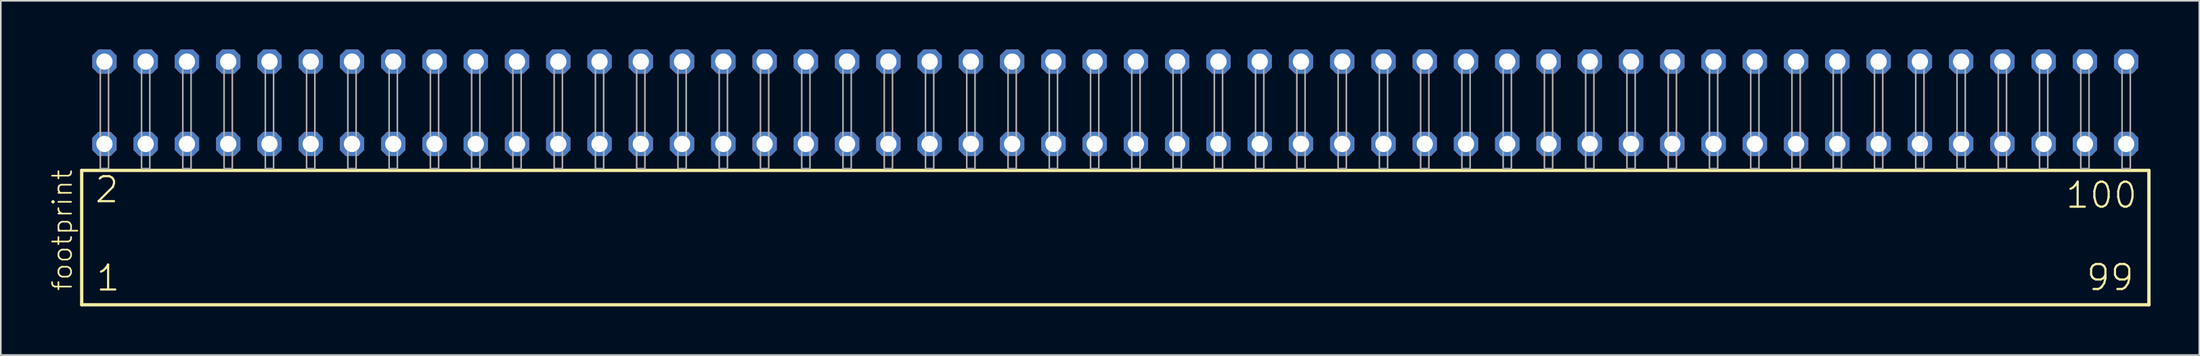
<source format=kicad_pcb>
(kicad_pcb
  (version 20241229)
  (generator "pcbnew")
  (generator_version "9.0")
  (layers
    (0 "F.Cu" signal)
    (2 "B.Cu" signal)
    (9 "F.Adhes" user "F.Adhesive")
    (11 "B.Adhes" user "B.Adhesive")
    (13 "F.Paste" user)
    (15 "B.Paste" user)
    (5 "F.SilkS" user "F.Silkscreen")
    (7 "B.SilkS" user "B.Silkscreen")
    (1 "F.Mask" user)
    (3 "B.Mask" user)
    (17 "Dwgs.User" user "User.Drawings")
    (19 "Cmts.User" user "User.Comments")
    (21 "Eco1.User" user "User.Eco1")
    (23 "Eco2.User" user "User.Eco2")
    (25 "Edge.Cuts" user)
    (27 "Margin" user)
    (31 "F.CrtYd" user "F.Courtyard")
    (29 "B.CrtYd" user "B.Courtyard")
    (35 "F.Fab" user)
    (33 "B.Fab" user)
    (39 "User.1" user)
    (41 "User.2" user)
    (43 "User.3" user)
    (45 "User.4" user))
  (footprint "footprint"
    (layer "F.Cu")
    (at 65.608 7.354)
    (property "Reference" "footprint" (at -64.135 7.62 90) (layer "F.SilkS") (effects (font (size 1.168 1.168) (thickness 0.102)) (justify left bottom)))
    (fp_line (start -63.629 0.106) (end -63.629 8.396) (stroke (width 0.203) (type solid)) (layer "F.SilkS"))
    (fp_line (start -63.629 8.396) (end 63.629 8.396) (stroke (width 0.203) (type solid)) (layer "F.SilkS"))
    (fp_line (start 63.629 0.106) (end -63.629 0.106) (stroke (width 0.203) (type solid)) (layer "F.SilkS"))
    (fp_line (start 63.629 8.396) (end 63.629 0.106) (stroke (width 0.203) (type solid)) (layer "F.SilkS"))
    (fp_poly (pts (xy -62.484 0) (xy -61.976 0) (xy -61.976 -6.858) (xy -62.484 -6.858)) (stroke (width 0.1) (type solid)) (fill no) (layer "F.Fab"))
    (fp_poly (pts (xy -59.944 0) (xy -59.436 0) (xy -59.436 -6.858) (xy -59.944 -6.858)) (stroke (width 0.1) (type solid)) (fill no) (layer "F.Fab"))
    (fp_poly (pts (xy -57.404 0) (xy -56.896 0) (xy -56.896 -6.858) (xy -57.404 -6.858)) (stroke (width 0.1) (type solid)) (fill no) (layer "F.Fab"))
    (fp_poly (pts (xy -54.864 0) (xy -54.356 0) (xy -54.356 -6.858) (xy -54.864 -6.858)) (stroke (width 0.1) (type solid)) (fill no) (layer "F.Fab"))
    (fp_poly (pts (xy -52.324 0) (xy -51.816 0) (xy -51.816 -6.858) (xy -52.324 -6.858)) (stroke (width 0.1) (type solid)) (fill no) (layer "F.Fab"))
    (fp_poly (pts (xy -49.784 0) (xy -49.276 0) (xy -49.276 -6.858) (xy -49.784 -6.858)) (stroke (width 0.1) (type solid)) (fill no) (layer "F.Fab"))
    (fp_poly (pts (xy -47.244 0) (xy -46.736 0) (xy -46.736 -6.858) (xy -47.244 -6.858)) (stroke (width 0.1) (type solid)) (fill no) (layer "F.Fab"))
    (fp_poly (pts (xy -44.704 0) (xy -44.196 0) (xy -44.196 -6.858) (xy -44.704 -6.858)) (stroke (width 0.1) (type solid)) (fill no) (layer "F.Fab"))
    (fp_poly (pts (xy -42.164 0) (xy -41.656 0) (xy -41.656 -6.858) (xy -42.164 -6.858)) (stroke (width 0.1) (type solid)) (fill no) (layer "F.Fab"))
    (fp_poly (pts (xy -39.624 0) (xy -39.116 0) (xy -39.116 -6.858) (xy -39.624 -6.858)) (stroke (width 0.1) (type solid)) (fill no) (layer "F.Fab"))
    (fp_poly (pts (xy -37.084 0) (xy -36.576 0) (xy -36.576 -6.858) (xy -37.084 -6.858)) (stroke (width 0.1) (type solid)) (fill no) (layer "F.Fab"))
    (fp_poly (pts (xy -34.544 0) (xy -34.036 0) (xy -34.036 -6.858) (xy -34.544 -6.858)) (stroke (width 0.1) (type solid)) (fill no) (layer "F.Fab"))
    (fp_poly (pts (xy -32.004 0) (xy -31.496 0) (xy -31.496 -6.858) (xy -32.004 -6.858)) (stroke (width 0.1) (type solid)) (fill no) (layer "F.Fab"))
    (fp_poly (pts (xy -29.464 0) (xy -28.956 0) (xy -28.956 -6.858) (xy -29.464 -6.858)) (stroke (width 0.1) (type solid)) (fill no) (layer "F.Fab"))
    (fp_poly (pts (xy -26.924 0) (xy -26.416 0) (xy -26.416 -6.858) (xy -26.924 -6.858)) (stroke (width 0.1) (type solid)) (fill no) (layer "F.Fab"))
    (fp_poly (pts (xy -24.384 0) (xy -23.876 0) (xy -23.876 -6.858) (xy -24.384 -6.858)) (stroke (width 0.1) (type solid)) (fill no) (layer "F.Fab"))
    (fp_poly (pts (xy -21.844 0) (xy -21.336 0) (xy -21.336 -6.858) (xy -21.844 -6.858)) (stroke (width 0.1) (type solid)) (fill no) (layer "F.Fab"))
    (fp_poly (pts (xy -19.304 0) (xy -18.796 0) (xy -18.796 -6.858) (xy -19.304 -6.858)) (stroke (width 0.1) (type solid)) (fill no) (layer "F.Fab"))
    (fp_poly (pts (xy -16.764 0) (xy -16.256 0) (xy -16.256 -6.858) (xy -16.764 -6.858)) (stroke (width 0.1) (type solid)) (fill no) (layer "F.Fab"))
    (fp_poly (pts (xy -14.224 0) (xy -13.716 0) (xy -13.716 -6.858) (xy -14.224 -6.858)) (stroke (width 0.1) (type solid)) (fill no) (layer "F.Fab"))
    (fp_poly (pts (xy -11.684 0) (xy -11.176 0) (xy -11.176 -6.858) (xy -11.684 -6.858)) (stroke (width 0.1) (type solid)) (fill no) (layer "F.Fab"))
    (fp_poly (pts (xy -9.144 0) (xy -8.636 0) (xy -8.636 -6.858) (xy -9.144 -6.858)) (stroke (width 0.1) (type solid)) (fill no) (layer "F.Fab"))
    (fp_poly (pts (xy -6.604 0) (xy -6.096 0) (xy -6.096 -6.858) (xy -6.604 -6.858)) (stroke (width 0.1) (type solid)) (fill no) (layer "F.Fab"))
    (fp_poly (pts (xy -4.064 0) (xy -3.556 0) (xy -3.556 -6.858) (xy -4.064 -6.858)) (stroke (width 0.1) (type solid)) (fill no) (layer "F.Fab"))
    (fp_poly (pts (xy -1.524 0) (xy -1.016 0) (xy -1.016 -6.858) (xy -1.524 -6.858)) (stroke (width 0.1) (type solid)) (fill no) (layer "F.Fab"))
    (fp_poly (pts (xy 1.016 0) (xy 1.524 0) (xy 1.524 -6.858) (xy 1.016 -6.858)) (stroke (width 0.1) (type solid)) (fill no) (layer "F.Fab"))
    (fp_poly (pts (xy 3.556 0) (xy 4.064 0) (xy 4.064 -6.858) (xy 3.556 -6.858)) (stroke (width 0.1) (type solid)) (fill no) (layer "F.Fab"))
    (fp_poly (pts (xy 6.096 0) (xy 6.604 0) (xy 6.604 -6.858) (xy 6.096 -6.858)) (stroke (width 0.1) (type solid)) (fill no) (layer "F.Fab"))
    (fp_poly (pts (xy 8.636 0) (xy 9.144 0) (xy 9.144 -6.858) (xy 8.636 -6.858)) (stroke (width 0.1) (type solid)) (fill no) (layer "F.Fab"))
    (fp_poly (pts (xy 11.176 0) (xy 11.684 0) (xy 11.684 -6.858) (xy 11.176 -6.858)) (stroke (width 0.1) (type solid)) (fill no) (layer "F.Fab"))
    (fp_poly (pts (xy 13.716 0) (xy 14.224 0) (xy 14.224 -6.858) (xy 13.716 -6.858)) (stroke (width 0.1) (type solid)) (fill no) (layer "F.Fab"))
    (fp_poly (pts (xy 16.256 0) (xy 16.764 0) (xy 16.764 -6.858) (xy 16.256 -6.858)) (stroke (width 0.1) (type solid)) (fill no) (layer "F.Fab"))
    (fp_poly (pts (xy 18.796 0) (xy 19.304 0) (xy 19.304 -6.858) (xy 18.796 -6.858)) (stroke (width 0.1) (type solid)) (fill no) (layer "F.Fab"))
    (fp_poly (pts (xy 21.336 0) (xy 21.844 0) (xy 21.844 -6.858) (xy 21.336 -6.858)) (stroke (width 0.1) (type solid)) (fill no) (layer "F.Fab"))
    (fp_poly (pts (xy 23.876 0) (xy 24.384 0) (xy 24.384 -6.858) (xy 23.876 -6.858)) (stroke (width 0.1) (type solid)) (fill no) (layer "F.Fab"))
    (fp_poly (pts (xy 26.416 0) (xy 26.924 0) (xy 26.924 -6.858) (xy 26.416 -6.858)) (stroke (width 0.1) (type solid)) (fill no) (layer "F.Fab"))
    (fp_poly (pts (xy 28.956 0) (xy 29.464 0) (xy 29.464 -6.858) (xy 28.956 -6.858)) (stroke (width 0.1) (type solid)) (fill no) (layer "F.Fab"))
    (fp_poly (pts (xy 31.496 0) (xy 32.004 0) (xy 32.004 -6.858) (xy 31.496 -6.858)) (stroke (width 0.1) (type solid)) (fill no) (layer "F.Fab"))
    (fp_poly (pts (xy 34.036 0) (xy 34.544 0) (xy 34.544 -6.858) (xy 34.036 -6.858)) (stroke (width 0.1) (type solid)) (fill no) (layer "F.Fab"))
    (fp_poly (pts (xy 36.576 0) (xy 37.084 0) (xy 37.084 -6.858) (xy 36.576 -6.858)) (stroke (width 0.1) (type solid)) (fill no) (layer "F.Fab"))
    (fp_poly (pts (xy 39.116 0) (xy 39.624 0) (xy 39.624 -6.858) (xy 39.116 -6.858)) (stroke (width 0.1) (type solid)) (fill no) (layer "F.Fab"))
    (fp_poly (pts (xy 41.656 0) (xy 42.164 0) (xy 42.164 -6.858) (xy 41.656 -6.858)) (stroke (width 0.1) (type solid)) (fill no) (layer "F.Fab"))
    (fp_poly (pts (xy 44.196 0) (xy 44.704 0) (xy 44.704 -6.858) (xy 44.196 -6.858)) (stroke (width 0.1) (type solid)) (fill no) (layer "F.Fab"))
    (fp_poly (pts (xy 46.736 0) (xy 47.244 0) (xy 47.244 -6.858) (xy 46.736 -6.858)) (stroke (width 0.1) (type solid)) (fill no) (layer "F.Fab"))
    (fp_poly (pts (xy 49.276 0) (xy 49.784 0) (xy 49.784 -6.858) (xy 49.276 -6.858)) (stroke (width 0.1) (type solid)) (fill no) (layer "F.Fab"))
    (fp_poly (pts (xy 51.816 0) (xy 52.324 0) (xy 52.324 -6.858) (xy 51.816 -6.858)) (stroke (width 0.1) (type solid)) (fill no) (layer "F.Fab"))
    (fp_poly (pts (xy 54.356 0) (xy 54.864 0) (xy 54.864 -6.858) (xy 54.356 -6.858)) (stroke (width 0.1) (type solid)) (fill no) (layer "F.Fab"))
    (fp_poly (pts (xy 56.896 0) (xy 57.404 0) (xy 57.404 -6.858) (xy 56.896 -6.858)) (stroke (width 0.1) (type solid)) (fill no) (layer "F.Fab"))
    (fp_poly (pts (xy 59.436 0) (xy 59.944 0) (xy 59.944 -6.858) (xy 59.436 -6.858)) (stroke (width 0.1) (type solid)) (fill no) (layer "F.Fab"))
    (fp_poly (pts (xy 61.976 0) (xy 62.484 0) (xy 62.484 -6.858) (xy 61.976 -6.858)) (stroke (width 0.1) (type solid)) (fill no) (layer "F.Fab"))
    (fp_text user "1" (at -62.825 7.65 0) (layer "F.SilkS") (effects (font (size 1.542 1.542) (thickness 0.134)) (justify left bottom)))
    (fp_text user "2" (at -62.9 2.2 0) (layer "F.SilkS") (effects (font (size 1.542 1.542) (thickness 0.134)) (justify left bottom)))
    (fp_text user "99" (at 59.69 7.62 0) (layer "F.SilkS") (effects (font (size 1.542 1.542) (thickness 0.134)) (justify left bottom)))
    (fp_text user "100" (at 58.42 2.54 0) (layer "F.SilkS") (effects (font (size 1.542 1.542) (thickness 0.134)) (justify left bottom)))
    (pad "1" thru_hole roundrect (at -62.23 -1.524) (size 1.5 1.5) (drill 1) (layers "*.Cu" "*.Mask") (roundrect_rratio 0.25) (chamfer_ratio 0.25) (chamfer top_left top_right bottom_left bottom_right))
    (pad "2" thru_hole roundrect (at -62.23 -6.604) (size 1.5 1.5) (drill 1) (layers "*.Cu" "*.Mask") (roundrect_rratio 0.25) (chamfer_ratio 0.25) (chamfer top_left top_right bottom_left bottom_right))
    (pad "3" thru_hole roundrect (at -59.69 -1.524) (size 1.5 1.5) (drill 1) (layers "*.Cu" "*.Mask") (roundrect_rratio 0.25) (chamfer_ratio 0.25) (chamfer top_left top_right bottom_left bottom_right))
    (pad "4" thru_hole roundrect (at -59.69 -6.604) (size 1.5 1.5) (drill 1) (layers "*.Cu" "*.Mask") (roundrect_rratio 0.25) (chamfer_ratio 0.25) (chamfer top_left top_right bottom_left bottom_right))
    (pad "5" thru_hole roundrect (at -57.15 -1.524) (size 1.5 1.5) (drill 1) (layers "*.Cu" "*.Mask") (roundrect_rratio 0.25) (chamfer_ratio 0.25) (chamfer top_left top_right bottom_left bottom_right))
    (pad "6" thru_hole roundrect (at -57.15 -6.604) (size 1.5 1.5) (drill 1) (layers "*.Cu" "*.Mask") (roundrect_rratio 0.25) (chamfer_ratio 0.25) (chamfer top_left top_right bottom_left bottom_right))
    (pad "7" thru_hole roundrect (at -54.61 -1.524) (size 1.5 1.5) (drill 1) (layers "*.Cu" "*.Mask") (roundrect_rratio 0.25) (chamfer_ratio 0.25) (chamfer top_left top_right bottom_left bottom_right))
    (pad "8" thru_hole roundrect (at -54.61 -6.604) (size 1.5 1.5) (drill 1) (layers "*.Cu" "*.Mask") (roundrect_rratio 0.25) (chamfer_ratio 0.25) (chamfer top_left top_right bottom_left bottom_right))
    (pad "9" thru_hole roundrect (at -52.07 -1.524) (size 1.5 1.5) (drill 1) (layers "*.Cu" "*.Mask") (roundrect_rratio 0.25) (chamfer_ratio 0.25) (chamfer top_left top_right bottom_left bottom_right))
    (pad "10" thru_hole roundrect (at -52.07 -6.604) (size 1.5 1.5) (drill 1) (layers "*.Cu" "*.Mask") (roundrect_rratio 0.25) (chamfer_ratio 0.25) (chamfer top_left top_right bottom_left bottom_right))
    (pad "11" thru_hole roundrect (at -49.53 -1.524) (size 1.5 1.5) (drill 1) (layers "*.Cu" "*.Mask") (roundrect_rratio 0.25) (chamfer_ratio 0.25) (chamfer top_left top_right bottom_left bottom_right))
    (pad "12" thru_hole roundrect (at -49.53 -6.604) (size 1.5 1.5) (drill 1) (layers "*.Cu" "*.Mask") (roundrect_rratio 0.25) (chamfer_ratio 0.25) (chamfer top_left top_right bottom_left bottom_right))
    (pad "13" thru_hole roundrect (at -46.99 -1.524) (size 1.5 1.5) (drill 1) (layers "*.Cu" "*.Mask") (roundrect_rratio 0.25) (chamfer_ratio 0.25) (chamfer top_left top_right bottom_left bottom_right))
    (pad "14" thru_hole roundrect (at -46.99 -6.604) (size 1.5 1.5) (drill 1) (layers "*.Cu" "*.Mask") (roundrect_rratio 0.25) (chamfer_ratio 0.25) (chamfer top_left top_right bottom_left bottom_right))
    (pad "15" thru_hole roundrect (at -44.45 -1.524) (size 1.5 1.5) (drill 1) (layers "*.Cu" "*.Mask") (roundrect_rratio 0.25) (chamfer_ratio 0.25) (chamfer top_left top_right bottom_left bottom_right))
    (pad "16" thru_hole roundrect (at -44.45 -6.604) (size 1.5 1.5) (drill 1) (layers "*.Cu" "*.Mask") (roundrect_rratio 0.25) (chamfer_ratio 0.25) (chamfer top_left top_right bottom_left bottom_right))
    (pad "17" thru_hole roundrect (at -41.91 -1.524) (size 1.5 1.5) (drill 1) (layers "*.Cu" "*.Mask") (roundrect_rratio 0.25) (chamfer_ratio 0.25) (chamfer top_left top_right bottom_left bottom_right))
    (pad "18" thru_hole roundrect (at -41.91 -6.604) (size 1.5 1.5) (drill 1) (layers "*.Cu" "*.Mask") (roundrect_rratio 0.25) (chamfer_ratio 0.25) (chamfer top_left top_right bottom_left bottom_right))
    (pad "19" thru_hole roundrect (at -39.37 -1.524) (size 1.5 1.5) (drill 1) (layers "*.Cu" "*.Mask") (roundrect_rratio 0.25) (chamfer_ratio 0.25) (chamfer top_left top_right bottom_left bottom_right))
    (pad "20" thru_hole roundrect (at -39.37 -6.604) (size 1.5 1.5) (drill 1) (layers "*.Cu" "*.Mask") (roundrect_rratio 0.25) (chamfer_ratio 0.25) (chamfer top_left top_right bottom_left bottom_right))
    (pad "21" thru_hole roundrect (at -36.83 -1.524) (size 1.5 1.5) (drill 1) (layers "*.Cu" "*.Mask") (roundrect_rratio 0.25) (chamfer_ratio 0.25) (chamfer top_left top_right bottom_left bottom_right))
    (pad "22" thru_hole roundrect (at -36.83 -6.604) (size 1.5 1.5) (drill 1) (layers "*.Cu" "*.Mask") (roundrect_rratio 0.25) (chamfer_ratio 0.25) (chamfer top_left top_right bottom_left bottom_right))
    (pad "23" thru_hole roundrect (at -34.29 -1.524) (size 1.5 1.5) (drill 1) (layers "*.Cu" "*.Mask") (roundrect_rratio 0.25) (chamfer_ratio 0.25) (chamfer top_left top_right bottom_left bottom_right))
    (pad "24" thru_hole roundrect (at -34.29 -6.604) (size 1.5 1.5) (drill 1) (layers "*.Cu" "*.Mask") (roundrect_rratio 0.25) (chamfer_ratio 0.25) (chamfer top_left top_right bottom_left bottom_right))
    (pad "25" thru_hole roundrect (at -31.75 -1.524) (size 1.5 1.5) (drill 1) (layers "*.Cu" "*.Mask") (roundrect_rratio 0.25) (chamfer_ratio 0.25) (chamfer top_left top_right bottom_left bottom_right))
    (pad "26" thru_hole roundrect (at -31.75 -6.604) (size 1.5 1.5) (drill 1) (layers "*.Cu" "*.Mask") (roundrect_rratio 0.25) (chamfer_ratio 0.25) (chamfer top_left top_right bottom_left bottom_right))
    (pad "27" thru_hole roundrect (at -29.21 -1.524) (size 1.5 1.5) (drill 1) (layers "*.Cu" "*.Mask") (roundrect_rratio 0.25) (chamfer_ratio 0.25) (chamfer top_left top_right bottom_left bottom_right))
    (pad "28" thru_hole roundrect (at -29.21 -6.604) (size 1.5 1.5) (drill 1) (layers "*.Cu" "*.Mask") (roundrect_rratio 0.25) (chamfer_ratio 0.25) (chamfer top_left top_right bottom_left bottom_right))
    (pad "29" thru_hole roundrect (at -26.67 -1.524) (size 1.5 1.5) (drill 1) (layers "*.Cu" "*.Mask") (roundrect_rratio 0.25) (chamfer_ratio 0.25) (chamfer top_left top_right bottom_left bottom_right))
    (pad "30" thru_hole roundrect (at -26.67 -6.604) (size 1.5 1.5) (drill 1) (layers "*.Cu" "*.Mask") (roundrect_rratio 0.25) (chamfer_ratio 0.25) (chamfer top_left top_right bottom_left bottom_right))
    (pad "31" thru_hole roundrect (at -24.13 -1.524) (size 1.5 1.5) (drill 1) (layers "*.Cu" "*.Mask") (roundrect_rratio 0.25) (chamfer_ratio 0.25) (chamfer top_left top_right bottom_left bottom_right))
    (pad "32" thru_hole roundrect (at -24.13 -6.604) (size 1.5 1.5) (drill 1) (layers "*.Cu" "*.Mask") (roundrect_rratio 0.25) (chamfer_ratio 0.25) (chamfer top_left top_right bottom_left bottom_right))
    (pad "33" thru_hole roundrect (at -21.59 -1.524) (size 1.5 1.5) (drill 1) (layers "*.Cu" "*.Mask") (roundrect_rratio 0.25) (chamfer_ratio 0.25) (chamfer top_left top_right bottom_left bottom_right))
    (pad "34" thru_hole roundrect (at -21.59 -6.604) (size 1.5 1.5) (drill 1) (layers "*.Cu" "*.Mask") (roundrect_rratio 0.25) (chamfer_ratio 0.25) (chamfer top_left top_right bottom_left bottom_right))
    (pad "35" thru_hole roundrect (at -19.05 -1.524) (size 1.5 1.5) (drill 1) (layers "*.Cu" "*.Mask") (roundrect_rratio 0.25) (chamfer_ratio 0.25) (chamfer top_left top_right bottom_left bottom_right))
    (pad "36" thru_hole roundrect (at -19.05 -6.604) (size 1.5 1.5) (drill 1) (layers "*.Cu" "*.Mask") (roundrect_rratio 0.25) (chamfer_ratio 0.25) (chamfer top_left top_right bottom_left bottom_right))
    (pad "37" thru_hole roundrect (at -16.51 -1.524) (size 1.5 1.5) (drill 1) (layers "*.Cu" "*.Mask") (roundrect_rratio 0.25) (chamfer_ratio 0.25) (chamfer top_left top_right bottom_left bottom_right))
    (pad "38" thru_hole roundrect (at -16.51 -6.604) (size 1.5 1.5) (drill 1) (layers "*.Cu" "*.Mask") (roundrect_rratio 0.25) (chamfer_ratio 0.25) (chamfer top_left top_right bottom_left bottom_right))
    (pad "39" thru_hole roundrect (at -13.97 -1.524) (size 1.5 1.5) (drill 1) (layers "*.Cu" "*.Mask") (roundrect_rratio 0.25) (chamfer_ratio 0.25) (chamfer top_left top_right bottom_left bottom_right))
    (pad "40" thru_hole roundrect (at -13.97 -6.604) (size 1.5 1.5) (drill 1) (layers "*.Cu" "*.Mask") (roundrect_rratio 0.25) (chamfer_ratio 0.25) (chamfer top_left top_right bottom_left bottom_right))
    (pad "41" thru_hole roundrect (at -11.43 -1.524) (size 1.5 1.5) (drill 1) (layers "*.Cu" "*.Mask") (roundrect_rratio 0.25) (chamfer_ratio 0.25) (chamfer top_left top_right bottom_left bottom_right))
    (pad "42" thru_hole roundrect (at -11.43 -6.604) (size 1.5 1.5) (drill 1) (layers "*.Cu" "*.Mask") (roundrect_rratio 0.25) (chamfer_ratio 0.25) (chamfer top_left top_right bottom_left bottom_right))
    (pad "43" thru_hole roundrect (at -8.89 -1.524) (size 1.5 1.5) (drill 1) (layers "*.Cu" "*.Mask") (roundrect_rratio 0.25) (chamfer_ratio 0.25) (chamfer top_left top_right bottom_left bottom_right))
    (pad "44" thru_hole roundrect (at -8.89 -6.604) (size 1.5 1.5) (drill 1) (layers "*.Cu" "*.Mask") (roundrect_rratio 0.25) (chamfer_ratio 0.25) (chamfer top_left top_right bottom_left bottom_right))
    (pad "45" thru_hole roundrect (at -6.35 -1.524) (size 1.5 1.5) (drill 1) (layers "*.Cu" "*.Mask") (roundrect_rratio 0.25) (chamfer_ratio 0.25) (chamfer top_left top_right bottom_left bottom_right))
    (pad "46" thru_hole roundrect (at -6.35 -6.604) (size 1.5 1.5) (drill 1) (layers "*.Cu" "*.Mask") (roundrect_rratio 0.25) (chamfer_ratio 0.25) (chamfer top_left top_right bottom_left bottom_right))
    (pad "47" thru_hole roundrect (at -3.81 -1.524) (size 1.5 1.5) (drill 1) (layers "*.Cu" "*.Mask") (roundrect_rratio 0.25) (chamfer_ratio 0.25) (chamfer top_left top_right bottom_left bottom_right))
    (pad "48" thru_hole roundrect (at -3.81 -6.604) (size 1.5 1.5) (drill 1) (layers "*.Cu" "*.Mask") (roundrect_rratio 0.25) (chamfer_ratio 0.25) (chamfer top_left top_right bottom_left bottom_right))
    (pad "49" thru_hole roundrect (at -1.27 -1.524) (size 1.5 1.5) (drill 1) (layers "*.Cu" "*.Mask") (roundrect_rratio 0.25) (chamfer_ratio 0.25) (chamfer top_left top_right bottom_left bottom_right))
    (pad "50" thru_hole roundrect (at -1.27 -6.604) (size 1.5 1.5) (drill 1) (layers "*.Cu" "*.Mask") (roundrect_rratio 0.25) (chamfer_ratio 0.25) (chamfer top_left top_right bottom_left bottom_right))
    (pad "51" thru_hole roundrect (at 1.27 -1.524) (size 1.5 1.5) (drill 1) (layers "*.Cu" "*.Mask") (roundrect_rratio 0.25) (chamfer_ratio 0.25) (chamfer top_left top_right bottom_left bottom_right))
    (pad "52" thru_hole roundrect (at 1.27 -6.604) (size 1.5 1.5) (drill 1) (layers "*.Cu" "*.Mask") (roundrect_rratio 0.25) (chamfer_ratio 0.25) (chamfer top_left top_right bottom_left bottom_right))
    (pad "53" thru_hole roundrect (at 3.81 -1.524) (size 1.5 1.5) (drill 1) (layers "*.Cu" "*.Mask") (roundrect_rratio 0.25) (chamfer_ratio 0.25) (chamfer top_left top_right bottom_left bottom_right))
    (pad "54" thru_hole roundrect (at 3.81 -6.604) (size 1.5 1.5) (drill 1) (layers "*.Cu" "*.Mask") (roundrect_rratio 0.25) (chamfer_ratio 0.25) (chamfer top_left top_right bottom_left bottom_right))
    (pad "55" thru_hole roundrect (at 6.35 -1.524) (size 1.5 1.5) (drill 1) (layers "*.Cu" "*.Mask") (roundrect_rratio 0.25) (chamfer_ratio 0.25) (chamfer top_left top_right bottom_left bottom_right))
    (pad "56" thru_hole roundrect (at 6.35 -6.604) (size 1.5 1.5) (drill 1) (layers "*.Cu" "*.Mask") (roundrect_rratio 0.25) (chamfer_ratio 0.25) (chamfer top_left top_right bottom_left bottom_right))
    (pad "57" thru_hole roundrect (at 8.89 -1.524) (size 1.5 1.5) (drill 1) (layers "*.Cu" "*.Mask") (roundrect_rratio 0.25) (chamfer_ratio 0.25) (chamfer top_left top_right bottom_left bottom_right))
    (pad "58" thru_hole roundrect (at 8.89 -6.604) (size 1.5 1.5) (drill 1) (layers "*.Cu" "*.Mask") (roundrect_rratio 0.25) (chamfer_ratio 0.25) (chamfer top_left top_right bottom_left bottom_right))
    (pad "59" thru_hole roundrect (at 11.43 -1.524) (size 1.5 1.5) (drill 1) (layers "*.Cu" "*.Mask") (roundrect_rratio 0.25) (chamfer_ratio 0.25) (chamfer top_left top_right bottom_left bottom_right))
    (pad "60" thru_hole roundrect (at 11.43 -6.604) (size 1.5 1.5) (drill 1) (layers "*.Cu" "*.Mask") (roundrect_rratio 0.25) (chamfer_ratio 0.25) (chamfer top_left top_right bottom_left bottom_right))
    (pad "61" thru_hole roundrect (at 13.97 -1.524) (size 1.5 1.5) (drill 1) (layers "*.Cu" "*.Mask") (roundrect_rratio 0.25) (chamfer_ratio 0.25) (chamfer top_left top_right bottom_left bottom_right))
    (pad "62" thru_hole roundrect (at 13.97 -6.604) (size 1.5 1.5) (drill 1) (layers "*.Cu" "*.Mask") (roundrect_rratio 0.25) (chamfer_ratio 0.25) (chamfer top_left top_right bottom_left bottom_right))
    (pad "63" thru_hole roundrect (at 16.51 -1.524) (size 1.5 1.5) (drill 1) (layers "*.Cu" "*.Mask") (roundrect_rratio 0.25) (chamfer_ratio 0.25) (chamfer top_left top_right bottom_left bottom_right))
    (pad "64" thru_hole roundrect (at 16.51 -6.604) (size 1.5 1.5) (drill 1) (layers "*.Cu" "*.Mask") (roundrect_rratio 0.25) (chamfer_ratio 0.25) (chamfer top_left top_right bottom_left bottom_right))
    (pad "65" thru_hole roundrect (at 19.05 -1.524) (size 1.5 1.5) (drill 1) (layers "*.Cu" "*.Mask") (roundrect_rratio 0.25) (chamfer_ratio 0.25) (chamfer top_left top_right bottom_left bottom_right))
    (pad "66" thru_hole roundrect (at 19.05 -6.604) (size 1.5 1.5) (drill 1) (layers "*.Cu" "*.Mask") (roundrect_rratio 0.25) (chamfer_ratio 0.25) (chamfer top_left top_right bottom_left bottom_right))
    (pad "67" thru_hole roundrect (at 21.59 -1.524) (size 1.5 1.5) (drill 1) (layers "*.Cu" "*.Mask") (roundrect_rratio 0.25) (chamfer_ratio 0.25) (chamfer top_left top_right bottom_left bottom_right))
    (pad "68" thru_hole roundrect (at 21.59 -6.604) (size 1.5 1.5) (drill 1) (layers "*.Cu" "*.Mask") (roundrect_rratio 0.25) (chamfer_ratio 0.25) (chamfer top_left top_right bottom_left bottom_right))
    (pad "69" thru_hole roundrect (at 24.13 -1.524) (size 1.5 1.5) (drill 1) (layers "*.Cu" "*.Mask") (roundrect_rratio 0.25) (chamfer_ratio 0.25) (chamfer top_left top_right bottom_left bottom_right))
    (pad "70" thru_hole roundrect (at 24.13 -6.604) (size 1.5 1.5) (drill 1) (layers "*.Cu" "*.Mask") (roundrect_rratio 0.25) (chamfer_ratio 0.25) (chamfer top_left top_right bottom_left bottom_right))
    (pad "71" thru_hole roundrect (at 26.67 -1.524) (size 1.5 1.5) (drill 1) (layers "*.Cu" "*.Mask") (roundrect_rratio 0.25) (chamfer_ratio 0.25) (chamfer top_left top_right bottom_left bottom_right))
    (pad "72" thru_hole roundrect (at 26.67 -6.604) (size 1.5 1.5) (drill 1) (layers "*.Cu" "*.Mask") (roundrect_rratio 0.25) (chamfer_ratio 0.25) (chamfer top_left top_right bottom_left bottom_right))
    (pad "73" thru_hole roundrect (at 29.21 -1.524) (size 1.5 1.5) (drill 1) (layers "*.Cu" "*.Mask") (roundrect_rratio 0.25) (chamfer_ratio 0.25) (chamfer top_left top_right bottom_left bottom_right))
    (pad "74" thru_hole roundrect (at 29.21 -6.604) (size 1.5 1.5) (drill 1) (layers "*.Cu" "*.Mask") (roundrect_rratio 0.25) (chamfer_ratio 0.25) (chamfer top_left top_right bottom_left bottom_right))
    (pad "75" thru_hole roundrect (at 31.75 -1.524) (size 1.5 1.5) (drill 1) (layers "*.Cu" "*.Mask") (roundrect_rratio 0.25) (chamfer_ratio 0.25) (chamfer top_left top_right bottom_left bottom_right))
    (pad "76" thru_hole roundrect (at 31.75 -6.604) (size 1.5 1.5) (drill 1) (layers "*.Cu" "*.Mask") (roundrect_rratio 0.25) (chamfer_ratio 0.25) (chamfer top_left top_right bottom_left bottom_right))
    (pad "77" thru_hole roundrect (at 34.29 -1.524) (size 1.5 1.5) (drill 1) (layers "*.Cu" "*.Mask") (roundrect_rratio 0.25) (chamfer_ratio 0.25) (chamfer top_left top_right bottom_left bottom_right))
    (pad "78" thru_hole roundrect (at 34.29 -6.604) (size 1.5 1.5) (drill 1) (layers "*.Cu" "*.Mask") (roundrect_rratio 0.25) (chamfer_ratio 0.25) (chamfer top_left top_right bottom_left bottom_right))
    (pad "79" thru_hole roundrect (at 36.83 -1.524) (size 1.5 1.5) (drill 1) (layers "*.Cu" "*.Mask") (roundrect_rratio 0.25) (chamfer_ratio 0.25) (chamfer top_left top_right bottom_left bottom_right))
    (pad "80" thru_hole roundrect (at 36.83 -6.604) (size 1.5 1.5) (drill 1) (layers "*.Cu" "*.Mask") (roundrect_rratio 0.25) (chamfer_ratio 0.25) (chamfer top_left top_right bottom_left bottom_right))
    (pad "81" thru_hole roundrect (at 39.37 -1.524) (size 1.5 1.5) (drill 1) (layers "*.Cu" "*.Mask") (roundrect_rratio 0.25) (chamfer_ratio 0.25) (chamfer top_left top_right bottom_left bottom_right))
    (pad "82" thru_hole roundrect (at 39.37 -6.604) (size 1.5 1.5) (drill 1) (layers "*.Cu" "*.Mask") (roundrect_rratio 0.25) (chamfer_ratio 0.25) (chamfer top_left top_right bottom_left bottom_right))
    (pad "83" thru_hole roundrect (at 41.91 -1.524) (size 1.5 1.5) (drill 1) (layers "*.Cu" "*.Mask") (roundrect_rratio 0.25) (chamfer_ratio 0.25) (chamfer top_left top_right bottom_left bottom_right))
    (pad "84" thru_hole roundrect (at 41.91 -6.604) (size 1.5 1.5) (drill 1) (layers "*.Cu" "*.Mask") (roundrect_rratio 0.25) (chamfer_ratio 0.25) (chamfer top_left top_right bottom_left bottom_right))
    (pad "85" thru_hole roundrect (at 44.45 -1.524) (size 1.5 1.5) (drill 1) (layers "*.Cu" "*.Mask") (roundrect_rratio 0.25) (chamfer_ratio 0.25) (chamfer top_left top_right bottom_left bottom_right))
    (pad "86" thru_hole roundrect (at 44.45 -6.604) (size 1.5 1.5) (drill 1) (layers "*.Cu" "*.Mask") (roundrect_rratio 0.25) (chamfer_ratio 0.25) (chamfer top_left top_right bottom_left bottom_right))
    (pad "87" thru_hole roundrect (at 46.99 -1.524) (size 1.5 1.5) (drill 1) (layers "*.Cu" "*.Mask") (roundrect_rratio 0.25) (chamfer_ratio 0.25) (chamfer top_left top_right bottom_left bottom_right))
    (pad "88" thru_hole roundrect (at 46.99 -6.604) (size 1.5 1.5) (drill 1) (layers "*.Cu" "*.Mask") (roundrect_rratio 0.25) (chamfer_ratio 0.25) (chamfer top_left top_right bottom_left bottom_right))
    (pad "89" thru_hole roundrect (at 49.53 -1.524) (size 1.5 1.5) (drill 1) (layers "*.Cu" "*.Mask") (roundrect_rratio 0.25) (chamfer_ratio 0.25) (chamfer top_left top_right bottom_left bottom_right))
    (pad "90" thru_hole roundrect (at 49.53 -6.604) (size 1.5 1.5) (drill 1) (layers "*.Cu" "*.Mask") (roundrect_rratio 0.25) (chamfer_ratio 0.25) (chamfer top_left top_right bottom_left bottom_right))
    (pad "91" thru_hole roundrect (at 52.07 -1.524) (size 1.5 1.5) (drill 1) (layers "*.Cu" "*.Mask") (roundrect_rratio 0.25) (chamfer_ratio 0.25) (chamfer top_left top_right bottom_left bottom_right))
    (pad "92" thru_hole roundrect (at 52.07 -6.604) (size 1.5 1.5) (drill 1) (layers "*.Cu" "*.Mask") (roundrect_rratio 0.25) (chamfer_ratio 0.25) (chamfer top_left top_right bottom_left bottom_right))
    (pad "93" thru_hole roundrect (at 54.61 -1.524) (size 1.5 1.5) (drill 1) (layers "*.Cu" "*.Mask") (roundrect_rratio 0.25) (chamfer_ratio 0.25) (chamfer top_left top_right bottom_left bottom_right))
    (pad "94" thru_hole roundrect (at 54.61 -6.604) (size 1.5 1.5) (drill 1) (layers "*.Cu" "*.Mask") (roundrect_rratio 0.25) (chamfer_ratio 0.25) (chamfer top_left top_right bottom_left bottom_right))
    (pad "95" thru_hole roundrect (at 57.15 -1.524) (size 1.5 1.5) (drill 1) (layers "*.Cu" "*.Mask") (roundrect_rratio 0.25) (chamfer_ratio 0.25) (chamfer top_left top_right bottom_left bottom_right))
    (pad "96" thru_hole roundrect (at 57.15 -6.604) (size 1.5 1.5) (drill 1) (layers "*.Cu" "*.Mask") (roundrect_rratio 0.25) (chamfer_ratio 0.25) (chamfer top_left top_right bottom_left bottom_right))
    (pad "97" thru_hole roundrect (at 59.69 -1.524) (size 1.5 1.5) (drill 1) (layers "*.Cu" "*.Mask") (roundrect_rratio 0.25) (chamfer_ratio 0.25) (chamfer top_left top_right bottom_left bottom_right))
    (pad "98" thru_hole roundrect (at 59.69 -6.604) (size 1.5 1.5) (drill 1) (layers "*.Cu" "*.Mask") (roundrect_rratio 0.25) (chamfer_ratio 0.25) (chamfer top_left top_right bottom_left bottom_right))
    (pad "99" thru_hole roundrect (at 62.23 -1.524) (size 1.5 1.5) (drill 1) (layers "*.Cu" "*.Mask") (roundrect_rratio 0.25) (chamfer_ratio 0.25) (chamfer top_left top_right bottom_left bottom_right))
    (pad "100" thru_hole roundrect (at 62.23 -6.604) (size 1.5 1.5) (drill 1) (layers "*.Cu" "*.Mask") (roundrect_rratio 0.25) (chamfer_ratio 0.25) (chamfer top_left top_right bottom_left bottom_right)))
  (gr_rect
    (start -3 -3)
    (end 132.339 18.852)
    (stroke (width 0.1) (type default))
    (fill no)
    (layer "Edge.Cuts")))
</source>
